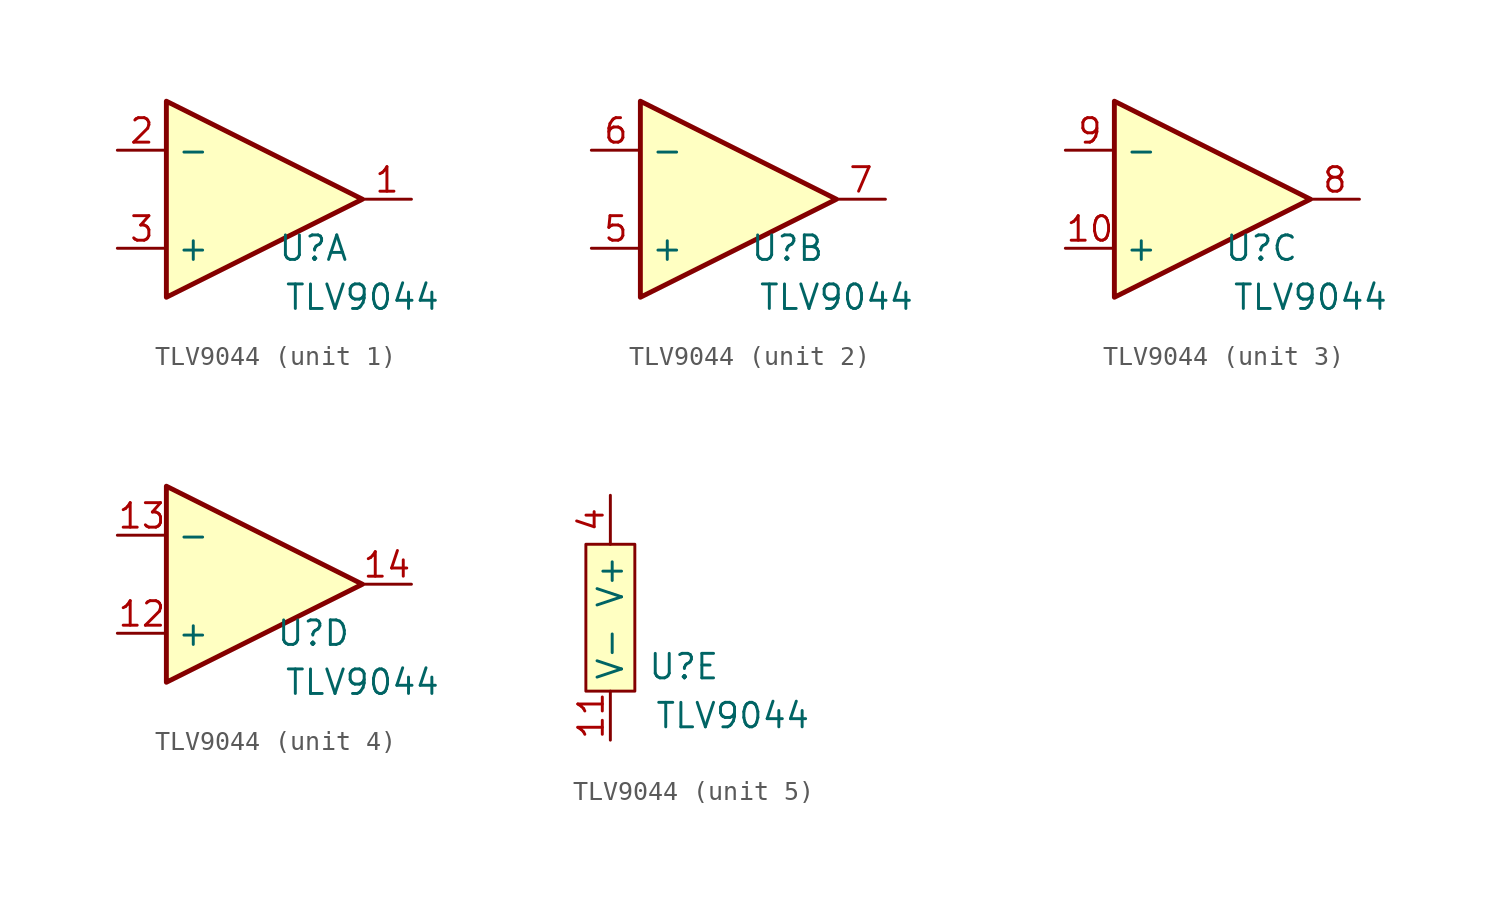
<source format=kicad_sym>
(kicad_symbol_lib
  (version 20231120)
  (generator "kicad_symbol_editor")
  (generator_version "8.0")
  (symbol "TLV9044"
    (property "Reference" "U"
      (at 3.81 -2.54 0)
      (effects (font (size 1.27 1.27))))
    (property "Value" "TLV9044"
      (at 6.35 -5.08 0)
      (effects (font (size 1.27 1.27))))
    (symbol "TLV9044_1_1"
      (polyline (pts (xy -3.81 5.08) (xy 6.35 0) (xy -3.81 -5.08) (xy -3.81 5.08)) (stroke (width 0.254) (type default)) (fill (type background)))
      (pin output line (at 8.89 0 180) (length 2.54) (name "~" (effects (font (size 1.27 1.27)))) (number "1" (effects (font (size 1.27 1.27)))))
      (pin input line (at -6.35 2.54 0) (length 2.54) (name "-" (effects (font (size 1.27 1.27)))) (number "2" (effects (font (size 1.27 1.27)))))
      (pin input line (at -6.35 -2.54 0) (length 2.54) (name "+" (effects (font (size 1.27 1.27)))) (number "3" (effects (font (size 1.27 1.27))))))
    (symbol "TLV9044_2_1"
      (polyline (pts (xy -3.81 5.08) (xy 6.35 0) (xy -3.81 -5.08) (xy -3.81 5.08)) (stroke (width 0.254) (type default)) (fill (type background)))
      (pin input line (at -6.35 -2.54 0) (length 2.54) (name "+" (effects (font (size 1.27 1.27)))) (number "5" (effects (font (size 1.27 1.27)))))
      (pin input line (at -6.35 2.54 0) (length 2.54) (name "-" (effects (font (size 1.27 1.27)))) (number "6" (effects (font (size 1.27 1.27)))))
      (pin output line (at 8.89 0 180) (length 2.54) (name "~" (effects (font (size 1.27 1.27)))) (number "7" (effects (font (size 1.27 1.27))))))
    (symbol "TLV9044_3_1"
      (polyline (pts (xy -3.81 5.08) (xy 6.35 0) (xy -3.81 -5.08) (xy -3.81 5.08)) (stroke (width 0.254) (type default)) (fill (type background)))
      (pin input line (at -6.35 -2.54 0) (length 2.54) (name "+" (effects (font (size 1.27 1.27)))) (number "10" (effects (font (size 1.27 1.27)))))
      (pin output line (at 8.89 0 180) (length 2.54) (name "~" (effects (font (size 1.27 1.27)))) (number "8" (effects (font (size 1.27 1.27)))))
      (pin input line (at -6.35 2.54 0) (length 2.54) (name "-" (effects (font (size 1.27 1.27)))) (number "9" (effects (font (size 1.27 1.27))))))
    (symbol "TLV9044_4_1"
      (polyline (pts (xy -3.81 5.08) (xy 6.35 0) (xy -3.81 -5.08) (xy -3.81 5.08)) (stroke (width 0.254) (type default)) (fill (type background)))
      (pin input line (at -6.35 -2.54 0) (length 2.54) (name "+" (effects (font (size 1.27 1.27)))) (number "12" (effects (font (size 1.27 1.27)))))
      (pin input line (at -6.35 2.54 0) (length 2.54) (name "-" (effects (font (size 1.27 1.27)))) (number "13" (effects (font (size 1.27 1.27)))))
      (pin output line (at 8.89 0 180) (length 2.54) (name "~" (effects (font (size 1.27 1.27)))) (number "14" (effects (font (size 1.27 1.27))))))
    (symbol "TLV9044_5_1"
      (rectangle (start -1.27 3.81) (end 1.27 -3.81) (stroke (width 0.152) (type default)) (fill (type background)))
      (pin input line (at 0 -6.35 90) (length 2.54) (name "V-" (effects (font (size 1.27 1.27)))) (number "11" (effects (font (size 1.27 1.27)))))
      (pin input line (at 0 6.35 270) (length 2.54) (name "V+" (effects (font (size 1.27 1.27)))) (number "4" (effects (font (size 1.27 1.27))))))))
</source>
